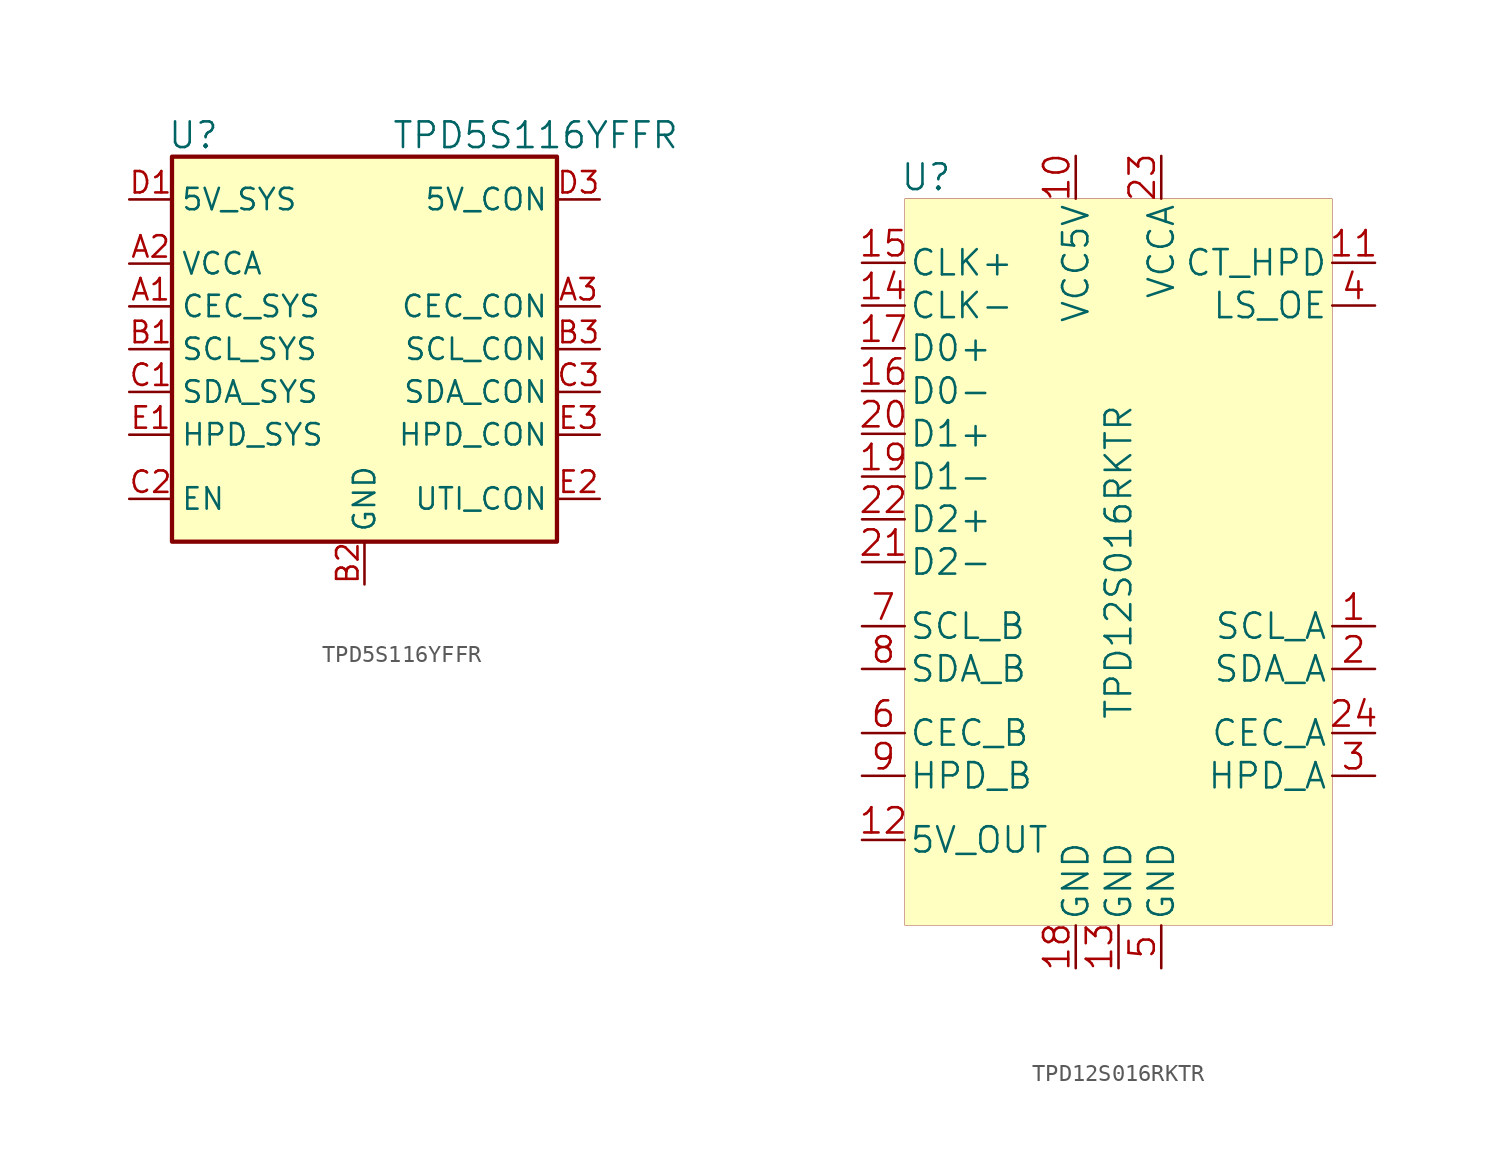
<source format=kicad_sym>
(kicad_symbol_lib
  (version 20200126)
  (host kicad_symbol_editor "(5.99.0-1839-gb83d64fc0)")
  (symbol "Interface_HDMI_RD:TPD5S116YFFR"
    (pin_names
      (offset 0.508))
    (property "Reference" "U"
      (at -10.16 12.7 0)
      (effects (font (size 1.524 1.524))))
    (property "Value" "TPD5S116YFFR"
      (at 10.16 12.7 0)
      (effects (font (size 1.524 1.524))))
    (symbol "TPD5S116YFFR_0_1"
      (rectangle (start -11.43 11.43) (end 11.43 -11.43) (stroke (width 0.254)) (fill (type background))))
    (symbol "TPD5S116YFFR_1_1"
      (pin bidirectional line (at -13.97 2.54 0) (length 2.54) (name "CEC_SYS" (effects (font (size 1.27 1.27)))) (number "A1" (effects (font (size 1.27 1.27)))))
      (pin power_in line (at -13.97 5.08 0) (length 2.54) (name "VCCA" (effects (font (size 1.27 1.27)))) (number "A2" (effects (font (size 1.27 1.27)))))
      (pin bidirectional line (at 13.97 2.54 180) (length 2.54) (name "CEC_CON" (effects (font (size 1.27 1.27)))) (number "A3" (effects (font (size 1.27 1.27)))))
      (pin bidirectional line (at -13.97 0 0) (length 2.54) (name "SCL_SYS" (effects (font (size 1.27 1.27)))) (number "B1" (effects (font (size 1.27 1.27)))))
      (pin power_in line (at 0 -13.97 90) (length 2.54) (name "GND" (effects (font (size 1.27 1.27)))) (number "B2" (effects (font (size 1.27 1.27)))))
      (pin bidirectional line (at 13.97 0 180) (length 2.54) (name "SCL_CON" (effects (font (size 1.27 1.27)))) (number "B3" (effects (font (size 1.27 1.27)))))
      (pin bidirectional line (at -13.97 -2.54 0) (length 2.54) (name "SDA_SYS" (effects (font (size 1.27 1.27)))) (number "C1" (effects (font (size 1.27 1.27)))))
      (pin input line (at -13.97 -8.89 0) (length 2.54) (name "EN" (effects (font (size 1.27 1.27)))) (number "C2" (effects (font (size 1.27 1.27)))))
      (pin bidirectional line (at 13.97 -2.54 180) (length 2.54) (name "SDA_CON" (effects (font (size 1.27 1.27)))) (number "C3" (effects (font (size 1.27 1.27)))))
      (pin power_in line (at -13.97 8.89 0) (length 2.54) (name "5V_SYS" (effects (font (size 1.27 1.27)))) (number "D1" (effects (font (size 1.27 1.27)))))
      (pin power_in line (at 0 -13.97 90) (length 2.54) hide (name "GND" (effects (font (size 1.27 1.27)))) (number "D2" (effects (font (size 1.27 1.27)))))
      (pin power_in line (at 13.97 8.89 180) (length 2.54) (name "5V_CON" (effects (font (size 1.27 1.27)))) (number "D3" (effects (font (size 1.27 1.27)))))
      (pin output line (at -13.97 -5.08 0) (length 2.54) (name "HPD_SYS" (effects (font (size 1.27 1.27)))) (number "E1" (effects (font (size 1.27 1.27)))))
      (pin bidirectional line (at 13.97 -8.89 180) (length 2.54) (name "UTI_CON" (effects (font (size 1.27 1.27)))) (number "E2" (effects (font (size 1.27 1.27)))))
      (pin input line (at 13.97 -5.08 180) (length 2.54) (name "HPD_CON" (effects (font (size 1.27 1.27)))) (number "E3" (effects (font (size 1.27 1.27)))))))
  (symbol "Interface_HDMI_RD:TPD12S016RKTR"
    (pin_names
      (offset 0.254))
    (property "Reference" "U"
      (at -11.43 15.24 0)
      (effects (font (size 1.524 1.524))))
    (property "Value" "TPD12S016RKTR"
      (at 0 -7.62 90)
      (effects (font (size 1.524 1.524))))
    (symbol "TPD12S016RKTR_0_1"
      (rectangle (start -12.7 13.97) (end 12.7 -29.21) (stroke (width 0.001)) (fill (type background))))
    (symbol "TPD12S016RKTR_1_1"
      (pin bidirectional line (at 15.24 -11.43 180) (length 2.54) (name "SCL_A" (effects (font (size 1.499 1.499)))) (number "1" (effects (font (size 1.499 1.499)))))
      (pin bidirectional line (at 15.24 -13.97 180) (length 2.54) (name "SDA_A" (effects (font (size 1.499 1.499)))) (number "2" (effects (font (size 1.499 1.499)))))
      (pin output line (at 15.24 -20.32 180) (length 2.54) (name "HPD_A" (effects (font (size 1.499 1.499)))) (number "3" (effects (font (size 1.499 1.499)))))
      (pin input line (at 15.24 7.62 180) (length 2.54) (name "LS_OE" (effects (font (size 1.499 1.499)))) (number "4" (effects (font (size 1.499 1.499)))))
      (pin bidirectional line (at -15.24 -17.78 0) (length 2.54) (name "CEC_B" (effects (font (size 1.499 1.499)))) (number "6" (effects (font (size 1.499 1.499)))))
      (pin bidirectional line (at -15.24 -11.43 0) (length 2.54) (name "SCL_B" (effects (font (size 1.499 1.499)))) (number "7" (effects (font (size 1.499 1.499)))))
      (pin bidirectional line (at -15.24 -13.97 0) (length 2.54) (name "SDA_B" (effects (font (size 1.499 1.499)))) (number "8" (effects (font (size 1.499 1.499)))))
      (pin input line (at -15.24 -20.32 0) (length 2.54) (name "HPD_B" (effects (font (size 1.499 1.499)))) (number "9" (effects (font (size 1.499 1.499)))))
      (pin input line (at 15.24 10.16 180) (length 2.54) (name "CT_HPD" (effects (font (size 1.499 1.499)))) (number "11" (effects (font (size 1.499 1.499)))))
      (pin power_in line (at -15.24 -24.13 0) (length 2.54) (name "5V_OUT" (effects (font (size 1.499 1.499)))) (number "12" (effects (font (size 1.499 1.499)))))
      (pin passive line (at -15.24 7.62 0) (length 2.54) (name "CLK-" (effects (font (size 1.499 1.499)))) (number "14" (effects (font (size 1.499 1.499)))))
      (pin passive line (at -15.24 10.16 0) (length 2.54) (name "CLK+" (effects (font (size 1.499 1.499)))) (number "15" (effects (font (size 1.499 1.499)))))
      (pin passive line (at -15.24 2.54 0) (length 2.54) (name "D0-" (effects (font (size 1.499 1.499)))) (number "16" (effects (font (size 1.499 1.499)))))
      (pin passive line (at -15.24 5.08 0) (length 2.54) (name "D0+" (effects (font (size 1.499 1.499)))) (number "17" (effects (font (size 1.499 1.499)))))
      (pin passive line (at -15.24 -2.54 0) (length 2.54) (name "D1-" (effects (font (size 1.499 1.499)))) (number "19" (effects (font (size 1.499 1.499)))))
      (pin passive line (at -15.24 0 0) (length 2.54) (name "D1+" (effects (font (size 1.499 1.499)))) (number "20" (effects (font (size 1.499 1.499)))))
      (pin passive line (at -15.24 -7.62 0) (length 2.54) (name "D2-" (effects (font (size 1.499 1.499)))) (number "21" (effects (font (size 1.499 1.499)))))
      (pin passive line (at -15.24 -5.08 0) (length 2.54) (name "D2+" (effects (font (size 1.499 1.499)))) (number "22" (effects (font (size 1.499 1.499)))))
      (pin bidirectional line (at 15.24 -17.78 180) (length 2.54) (name "CEC_A" (effects (font (size 1.499 1.499)))) (number "24" (effects (font (size 1.499 1.499)))))
      (pin power_in line (at 2.54 -31.75 90) (length 2.54) (name "GND" (effects (font (size 1.499 1.499)))) (number "5" (effects (font (size 1.499 1.499)))))
      (pin power_in line (at -2.54 16.51 270) (length 2.54) (name "VCC5V" (effects (font (size 1.499 1.499)))) (number "10" (effects (font (size 1.499 1.499)))))
      (pin power_in line (at 0 -31.75 90) (length 2.54) (name "GND" (effects (font (size 1.499 1.499)))) (number "13" (effects (font (size 1.499 1.499)))))
      (pin power_in line (at -2.54 -31.75 90) (length 2.54) (name "GND" (effects (font (size 1.499 1.499)))) (number "18" (effects (font (size 1.499 1.499)))))
      (pin power_in line (at 2.54 16.51 270) (length 2.54) (name "VCCA" (effects (font (size 1.499 1.499)))) (number "23" (effects (font (size 1.499 1.499))))))))
</source>
